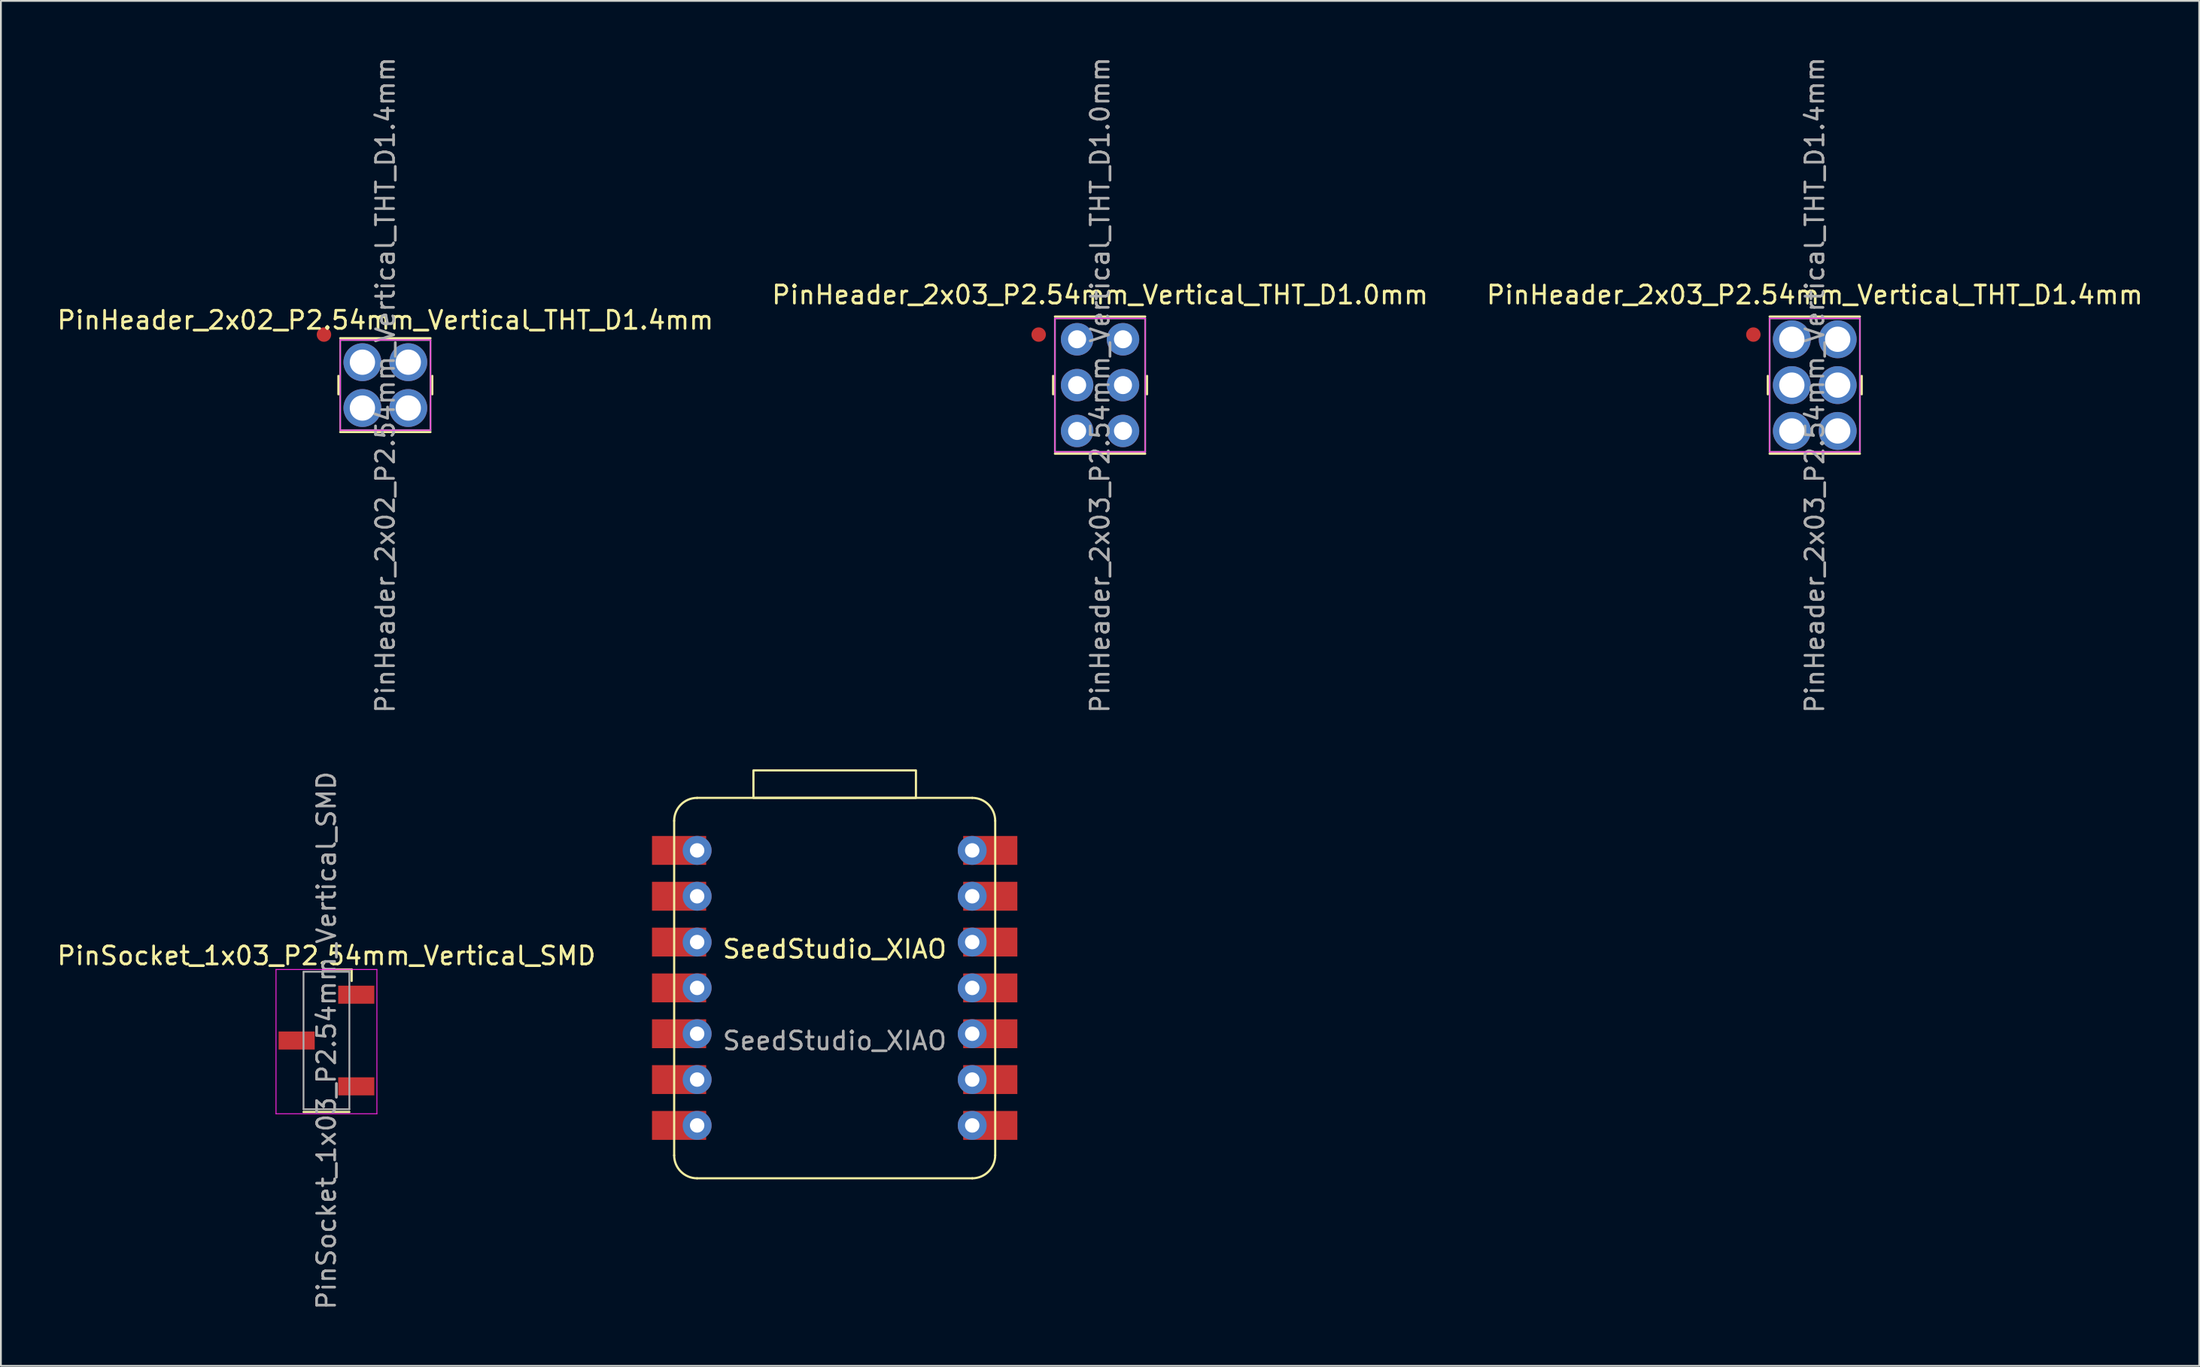
<source format=kicad_pcb>
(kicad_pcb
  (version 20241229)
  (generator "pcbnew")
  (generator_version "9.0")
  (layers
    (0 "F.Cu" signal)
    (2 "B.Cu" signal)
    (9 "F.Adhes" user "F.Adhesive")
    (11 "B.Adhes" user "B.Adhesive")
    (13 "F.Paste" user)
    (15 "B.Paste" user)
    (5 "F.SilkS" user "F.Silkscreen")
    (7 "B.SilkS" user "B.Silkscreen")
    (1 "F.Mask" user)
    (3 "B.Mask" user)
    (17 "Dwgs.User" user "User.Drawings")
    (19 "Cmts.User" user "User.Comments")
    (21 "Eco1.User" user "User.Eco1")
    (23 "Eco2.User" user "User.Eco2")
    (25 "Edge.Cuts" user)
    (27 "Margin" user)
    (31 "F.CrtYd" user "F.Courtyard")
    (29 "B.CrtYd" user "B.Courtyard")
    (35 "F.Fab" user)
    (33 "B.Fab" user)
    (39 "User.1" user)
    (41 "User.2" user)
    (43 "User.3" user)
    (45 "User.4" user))
  (footprint "PinHeader_2x03_P2.54mm_Vertical_THT_D1.0mm"
    (layer "F.Cu")
    (at 57.875 18.292)
    (property "Reference" "PinHeader_2x03_P2.54mm_Vertical_THT_D1.0mm" (at 0 -5 0) (layer "F.SilkS") (effects (font (size 1 1) (thickness 0.15))))
    (attr smd)
    (fp_circle (center -3.4 -2.8) (end -3.1 -2.8) (stroke (width 0.2) (type solid)) (fill yes) (layer "F.Cu"))
    (fp_line (start -2.6 -0.51) (end -2.6 0.51) (stroke (width 0.12) (type solid)) (layer "F.SilkS"))
    (fp_line (start -2.5 -3.8) (end 2.5 -3.8) (stroke (width 0.12) (type solid)) (layer "F.SilkS"))
    (fp_line (start -2.5 3.8) (end 2.5 3.8) (stroke (width 0.12) (type solid)) (layer "F.SilkS"))
    (fp_line (start 2.6 -0.51) (end 2.6 0.51) (stroke (width 0.12) (type solid)) (layer "F.SilkS"))
    (fp_line (start -2.5 -3.7) (end -2.5 3.7) (stroke (width 0.05) (type solid)) (layer "F.CrtYd"))
    (fp_line (start -2.5 3.7) (end 2.5 3.7) (stroke (width 0.05) (type solid)) (layer "F.CrtYd"))
    (fp_line (start 2.5 -3.7) (end -2.5 -3.7) (stroke (width 0.05) (type solid)) (layer "F.CrtYd"))
    (fp_line (start 2.5 3.7) (end 2.5 -3.7) (stroke (width 0.05) (type solid)) (layer "F.CrtYd"))
    (fp_line (start -2.5 -3.7) (end 2.5 -3.7) (stroke (width 0.1) (type solid)) (layer "F.Fab"))
    (fp_line (start -2.5 3.7) (end -2.5 -3.7) (stroke (width 0.1) (type solid)) (layer "F.Fab"))
    (fp_line (start 2.5 -3.7) (end 2.5 3.7) (stroke (width 0.1) (type solid)) (layer "F.Fab"))
    (fp_line (start 2.5 3.7) (end -2.5 3.7) (stroke (width 0.1) (type solid)) (layer "F.Fab"))
    (fp_text user "${REFERENCE}" (at 0 0 90) (layer "F.Fab") (effects (font (size 1 1) (thickness 0.15))))
    (pad "1" thru_hole circle (at -1.27 -2.54) (size 1.8 1.8) (drill 1) (layers "*.Cu" "*.Mask"))
    (pad "2" thru_hole circle (at 1.27 -2.54) (size 1.8 1.8) (drill 1) (layers "*.Cu" "*.Mask"))
    (pad "3" thru_hole circle (at -1.27 0) (size 1.8 1.8) (drill 1) (layers "*.Cu" "*.Mask"))
    (pad "4" thru_hole circle (at 1.27 0) (size 1.8 1.8) (drill 1) (layers "*.Cu" "*.Mask"))
    (pad "5" thru_hole circle (at -1.27 2.54) (size 1.8 1.8) (drill 1) (layers "*.Cu" "*.Mask"))
    (pad "6" thru_hole circle (at 1.27 2.54) (size 1.8 1.8) (drill 1) (layers "*.Cu" "*.Mask")))
  (footprint "PinHeader_2x02_P2.54mm_Vertical_THT_D1.4mm"
    (layer "F.Cu")
    (at 18.292 18.292)
    (property "Reference" "PinHeader_2x02_P2.54mm_Vertical_THT_D1.4mm" (at 0 -3.6 0) (layer "F.SilkS") (effects (font (size 1 1) (thickness 0.15))))
    (attr smd)
    (fp_circle (center -3.4 -2.8) (end -3.1 -2.8) (stroke (width 0.2) (type solid)) (fill yes) (layer "F.Cu"))
    (fp_line (start -2.6 -0.51) (end -2.6 0.51) (stroke (width 0.12) (type solid)) (layer "F.SilkS"))
    (fp_line (start -2.5 -2.6) (end 2.5 -2.6) (stroke (width 0.12) (type solid)) (layer "F.SilkS"))
    (fp_line (start -2.5 2.6) (end 2.5 2.6) (stroke (width 0.12) (type solid)) (layer "F.SilkS"))
    (fp_line (start 2.6 -0.51) (end 2.6 0.51) (stroke (width 0.12) (type solid)) (layer "F.SilkS"))
    (fp_line (start -2.5 -2.5) (end -2.5 2.5) (stroke (width 0.05) (type solid)) (layer "F.CrtYd"))
    (fp_line (start -2.5 2.5) (end 2.5 2.5) (stroke (width 0.05) (type solid)) (layer "F.CrtYd"))
    (fp_line (start 2.5 -2.5) (end -2.5 -2.5) (stroke (width 0.05) (type solid)) (layer "F.CrtYd"))
    (fp_line (start 2.5 2.5) (end 2.5 -2.5) (stroke (width 0.05) (type solid)) (layer "F.CrtYd"))
    (fp_line (start -2.5 -2.5) (end 2.5 -2.5) (stroke (width 0.1) (type solid)) (layer "F.Fab"))
    (fp_line (start -2.5 2.5) (end -2.5 -2.5) (stroke (width 0.1) (type solid)) (layer "F.Fab"))
    (fp_line (start 2.5 -2.5) (end 2.5 2.5) (stroke (width 0.1) (type solid)) (layer "F.Fab"))
    (fp_line (start 2.5 2.5) (end -2.5 2.5) (stroke (width 0.1) (type solid)) (layer "F.Fab"))
    (fp_text user "${REFERENCE}" (at 0 0 90) (layer "F.Fab") (effects (font (size 1 1) (thickness 0.15))))
    (pad "1" thru_hole circle (at -1.27 -1.27) (size 2.1 2.1) (drill 1.4) (layers "*.Cu" "*.Mask"))
    (pad "2" thru_hole circle (at 1.27 -1.27) (size 2.1 2.1) (drill 1.4) (layers "*.Cu" "*.Mask"))
    (pad "3" thru_hole circle (at -1.27 1.27) (size 2.1 2.1) (drill 1.4) (layers "*.Cu" "*.Mask"))
    (pad "4" thru_hole circle (at 1.27 1.27) (size 2.1 2.1) (drill 1.4) (layers "*.Cu" "*.Mask")))
  (footprint "SeedStudio_XIAO"
    (layer "F.Cu")
    (at 43.175 51.698)
    (property "Reference" "SeedStudio_XIAO" (at 0.003 -2.149 0) (unlocked yes) (layer "F.SilkS") (effects (font (size 1 1) (thickness 0.15))))
    (attr through_hole)
    (fp_line (start -8.887 9.281) (end -8.887 -9.261) (stroke (width 0.12) (type solid)) (layer "F.SilkS"))
    (fp_line (start -7.617 -10.531) (end 7.622 -10.531) (stroke (width 0.12) (type solid)) (layer "F.SilkS"))
    (fp_line (start 7.622 10.551) (end -7.617 10.551) (stroke (width 0.12) (type solid)) (layer "F.SilkS"))
    (fp_line (start 8.893 -9.261) (end 8.893 9.281) (stroke (width 0.12) (type solid)) (layer "F.SilkS"))
    (fp_rect (start -4.497 -10.531) (end 4.503 -12.055) (stroke (width 0.12) (type solid)) (fill no) (layer "F.SilkS"))
    (fp_arc (start -8.8875 -9.261) (mid -8.515526 -10.159026) (end -7.6175 -10.531) (stroke (width 0.12) (type solid)) (layer "F.SilkS"))
    (fp_arc (start -7.6175 10.551) (mid -8.515526 10.179026) (end -8.8875 9.281) (stroke (width 0.12) (type solid)) (layer "F.SilkS"))
    (fp_arc (start 7.6225 -10.531) (mid 8.520526 -10.159026) (end 8.8925 -9.261) (stroke (width 0.12) (type solid)) (layer "F.SilkS"))
    (fp_arc (start 8.8925 9.281) (mid 8.520526 10.179026) (end 7.6225 10.551) (stroke (width 0.12) (type solid)) (layer "F.SilkS"))
    (fp_text user "${REFERENCE}" (at 0.003 2.931 0) (unlocked yes) (layer "F.Fab") (effects (font (size 1 1) (thickness 0.15))))
    (pad "1" thru_hole circle (at -7.615 -7.62) (size 1.6 1.6) (drill 0.8) (layers "*.Cu" "*.Mask"))
    (pad "1" smd rect (at -7.615 -7.62) (size 3 1.6) (drill (offset -1 0)) (layers "F.Cu" "F.Mask" "F.Paste"))
    (pad "2" thru_hole circle (at -7.615 -5.08) (size 1.6 1.6) (drill 0.8) (layers "*.Cu" "*.Mask"))
    (pad "2" smd rect (at -7.615 -5.08) (size 3 1.6) (drill (offset -1 0)) (layers "F.Cu" "F.Mask" "F.Paste"))
    (pad "3" thru_hole circle (at -7.615 -2.54) (size 1.6 1.6) (drill 0.8) (layers "*.Cu" "*.Mask"))
    (pad "3" smd rect (at -7.615 -2.54) (size 3 1.6) (drill (offset -1 0)) (layers "F.Cu" "F.Mask" "F.Paste"))
    (pad "4" thru_hole circle (at -7.615 0) (size 1.6 1.6) (drill 0.8) (layers "*.Cu" "*.Mask"))
    (pad "4" smd rect (at -7.615 0) (size 3 1.6) (drill (offset -1 0)) (layers "F.Cu" "F.Mask" "F.Paste"))
    (pad "5" thru_hole circle (at -7.615 2.54) (size 1.6 1.6) (drill 0.8) (layers "*.Cu" "*.Mask"))
    (pad "5" smd rect (at -7.615 2.54) (size 3 1.6) (drill (offset -1 0)) (layers "F.Cu" "F.Mask" "F.Paste"))
    (pad "6" thru_hole circle (at -7.615 5.08) (size 1.6 1.6) (drill 0.8) (layers "*.Cu" "*.Mask"))
    (pad "6" smd rect (at -7.615 5.08) (size 3 1.6) (drill (offset -1 0)) (layers "F.Cu" "F.Mask" "F.Paste"))
    (pad "7" thru_hole circle (at -7.615 7.62) (size 1.6 1.6) (drill 0.8) (layers "*.Cu" "*.Mask"))
    (pad "7" smd rect (at -7.615 7.62) (size 3 1.6) (drill (offset -1 0)) (layers "F.Cu" "F.Mask" "F.Paste"))
    (pad "8" thru_hole circle (at 7.62 7.62) (size 1.6 1.6) (drill 0.8) (layers "*.Cu" "*.Mask"))
    (pad "8" smd rect (at 7.62 7.62) (size 3 1.6) (drill (offset 1 0)) (layers "F.Cu" "F.Mask" "F.Paste"))
    (pad "9" thru_hole circle (at 7.62 5.08) (size 1.6 1.6) (drill 0.8) (layers "*.Cu" "*.Mask"))
    (pad "9" smd rect (at 7.62 5.08) (size 3 1.6) (drill (offset 1 0)) (layers "F.Cu" "F.Mask" "F.Paste"))
    (pad "10" thru_hole circle (at 7.62 2.54) (size 1.6 1.6) (drill 0.8) (layers "*.Cu" "*.Mask"))
    (pad "10" smd rect (at 7.62 2.54) (size 3 1.6) (drill (offset 1 0)) (layers "F.Cu" "F.Mask" "F.Paste"))
    (pad "11" thru_hole circle (at 7.62 0) (size 1.6 1.6) (drill 0.8) (layers "*.Cu" "*.Mask"))
    (pad "11" smd rect (at 7.62 0) (size 3 1.6) (drill (offset 1 0)) (layers "F.Cu" "F.Mask" "F.Paste"))
    (pad "12" thru_hole circle (at 7.62 -2.54) (size 1.6 1.6) (drill 0.8) (layers "*.Cu" "*.Mask"))
    (pad "12" smd rect (at 7.62 -2.54) (size 3 1.6) (drill (offset 1 0)) (layers "F.Cu" "F.Mask" "F.Paste"))
    (pad "13" thru_hole circle (at 7.62 -5.08) (size 1.6 1.6) (drill 0.8) (layers "*.Cu" "*.Mask"))
    (pad "13" smd rect (at 7.62 -5.08) (size 3 1.6) (drill (offset 1 0)) (layers "F.Cu" "F.Mask" "F.Paste"))
    (pad "14" thru_hole circle (at 7.62 -7.62) (size 1.6 1.6) (drill 0.8) (layers "*.Cu" "*.Mask"))
    (pad "14" smd rect (at 7.62 -7.62) (size 3 1.6) (drill (offset 1 0)) (layers "F.Cu" "F.Mask" "F.Paste")))
  (footprint "PinHeader_2x03_P2.54mm_Vertical_THT_D1.4mm"
    (layer "F.Cu")
    (at 97.458 18.292)
    (property "Reference" "PinHeader_2x03_P2.54mm_Vertical_THT_D1.4mm" (at 0 -5 0) (layer "F.SilkS") (effects (font (size 1 1) (thickness 0.15))))
    (attr smd)
    (fp_circle (center -3.4 -2.8) (end -3.1 -2.8) (stroke (width 0.2) (type solid)) (fill yes) (layer "F.Cu"))
    (fp_line (start -2.6 -0.51) (end -2.6 0.51) (stroke (width 0.12) (type solid)) (layer "F.SilkS"))
    (fp_line (start -2.5 -3.8) (end 2.5 -3.8) (stroke (width 0.12) (type solid)) (layer "F.SilkS"))
    (fp_line (start -2.5 3.8) (end 2.5 3.8) (stroke (width 0.12) (type solid)) (layer "F.SilkS"))
    (fp_line (start 2.6 -0.51) (end 2.6 0.51) (stroke (width 0.12) (type solid)) (layer "F.SilkS"))
    (fp_line (start -2.5 -3.7) (end -2.5 3.7) (stroke (width 0.05) (type solid)) (layer "F.CrtYd"))
    (fp_line (start -2.5 3.7) (end 2.5 3.7) (stroke (width 0.05) (type solid)) (layer "F.CrtYd"))
    (fp_line (start 2.5 -3.7) (end -2.5 -3.7) (stroke (width 0.05) (type solid)) (layer "F.CrtYd"))
    (fp_line (start 2.5 3.7) (end 2.5 -3.7) (stroke (width 0.05) (type solid)) (layer "F.CrtYd"))
    (fp_line (start -2.5 -3.7) (end 2.5 -3.7) (stroke (width 0.1) (type solid)) (layer "F.Fab"))
    (fp_line (start -2.5 3.7) (end -2.5 -3.7) (stroke (width 0.1) (type solid)) (layer "F.Fab"))
    (fp_line (start 2.5 -3.7) (end 2.5 3.7) (stroke (width 0.1) (type solid)) (layer "F.Fab"))
    (fp_line (start 2.5 3.7) (end -2.5 3.7) (stroke (width 0.1) (type solid)) (layer "F.Fab"))
    (fp_text user "${REFERENCE}" (at 0 0 90) (layer "F.Fab") (effects (font (size 1 1) (thickness 0.15))))
    (pad "1" thru_hole circle (at -1.27 -2.54) (size 2.1 2.1) (drill 1.4) (layers "*.Cu" "*.Mask"))
    (pad "2" thru_hole circle (at 1.27 -2.54) (size 2.1 2.1) (drill 1.4) (layers "*.Cu" "*.Mask"))
    (pad "3" thru_hole circle (at -1.27 0) (size 2.1 2.1) (drill 1.4) (layers "*.Cu" "*.Mask"))
    (pad "4" thru_hole circle (at 1.27 0) (size 2.1 2.1) (drill 1.4) (layers "*.Cu" "*.Mask"))
    (pad "5" thru_hole circle (at -1.27 2.54) (size 2.1 2.1) (drill 1.4) (layers "*.Cu" "*.Mask"))
    (pad "6" thru_hole circle (at 1.27 2.54) (size 2.1 2.1) (drill 1.4) (layers "*.Cu" "*.Mask")))
  (footprint "PinSocket_1x03_P2.54mm_Vertical_SMD"
    (layer "F.Cu")
    (at 15.03 54.613)
    (property "Reference" "PinSocket_1x03_P2.54mm_Vertical_SMD" (at 0 -4.699 180) (layer "F.SilkS") (effects (font (size 1 1) (thickness 0.15))))
    (attr smd)
    (fp_line (start -1.27 3.96) (end 1.27 3.96) (stroke (width 0.12) (type solid)) (layer "F.SilkS"))
    (fp_line (start 1.397 -3.937) (end 0 -3.937) (stroke (width 0.12) (type solid)) (layer "F.SilkS"))
    (fp_line (start 1.397 -3.302) (end 1.397 -3.937) (stroke (width 0.12) (type solid)) (layer "F.SilkS"))
    (fp_line (start -2.794 -3.937) (end -2.794 4.06) (stroke (width 0.05) (type solid)) (layer "F.CrtYd"))
    (fp_line (start -2.794 4.06) (end 2.794 4.06) (stroke (width 0.05) (type solid)) (layer "F.CrtYd"))
    (fp_line (start 2.794 -3.937) (end -2.794 -3.937) (stroke (width 0.05) (type solid)) (layer "F.CrtYd"))
    (fp_line (start 2.794 4.06) (end 2.794 -3.937) (stroke (width 0.05) (type solid)) (layer "F.CrtYd"))
    (fp_line (start -1.27 -3.81) (end 1.27 -3.81) (stroke (width 0.1) (type solid)) (layer "F.Fab"))
    (fp_line (start -1.27 3.81) (end -1.27 -3.81) (stroke (width 0.1) (type solid)) (layer "F.Fab"))
    (fp_line (start -1.27 3.81) (end 1.27 3.81) (stroke (width 0.1) (type solid)) (layer "F.Fab"))
    (fp_line (start 1.27 -3.81) (end 1.27 3.81) (stroke (width 0.1) (type solid)) (layer "F.Fab"))
    (fp_text user "${REFERENCE}" (at 0 0 90) (layer "F.Fab") (effects (font (size 1 1) (thickness 0.15))))
    (pad "1" smd rect (at 1.65 -2.54) (size 2 1) (layers "F.Cu" "F.Mask" "F.Paste"))
    (pad "2" smd rect (at -1.65 0) (size 2 1) (layers "F.Cu" "F.Mask" "F.Paste"))
    (pad "3" smd rect (at 1.65 2.54) (size 2 1) (layers "F.Cu" "F.Mask" "F.Paste")))
  (gr_rect
    (start -3 -3)
    (end 118.75 72.643)
    (stroke (width 0.1) (type default))
    (fill no)
    (layer "Edge.Cuts")))
</source>
